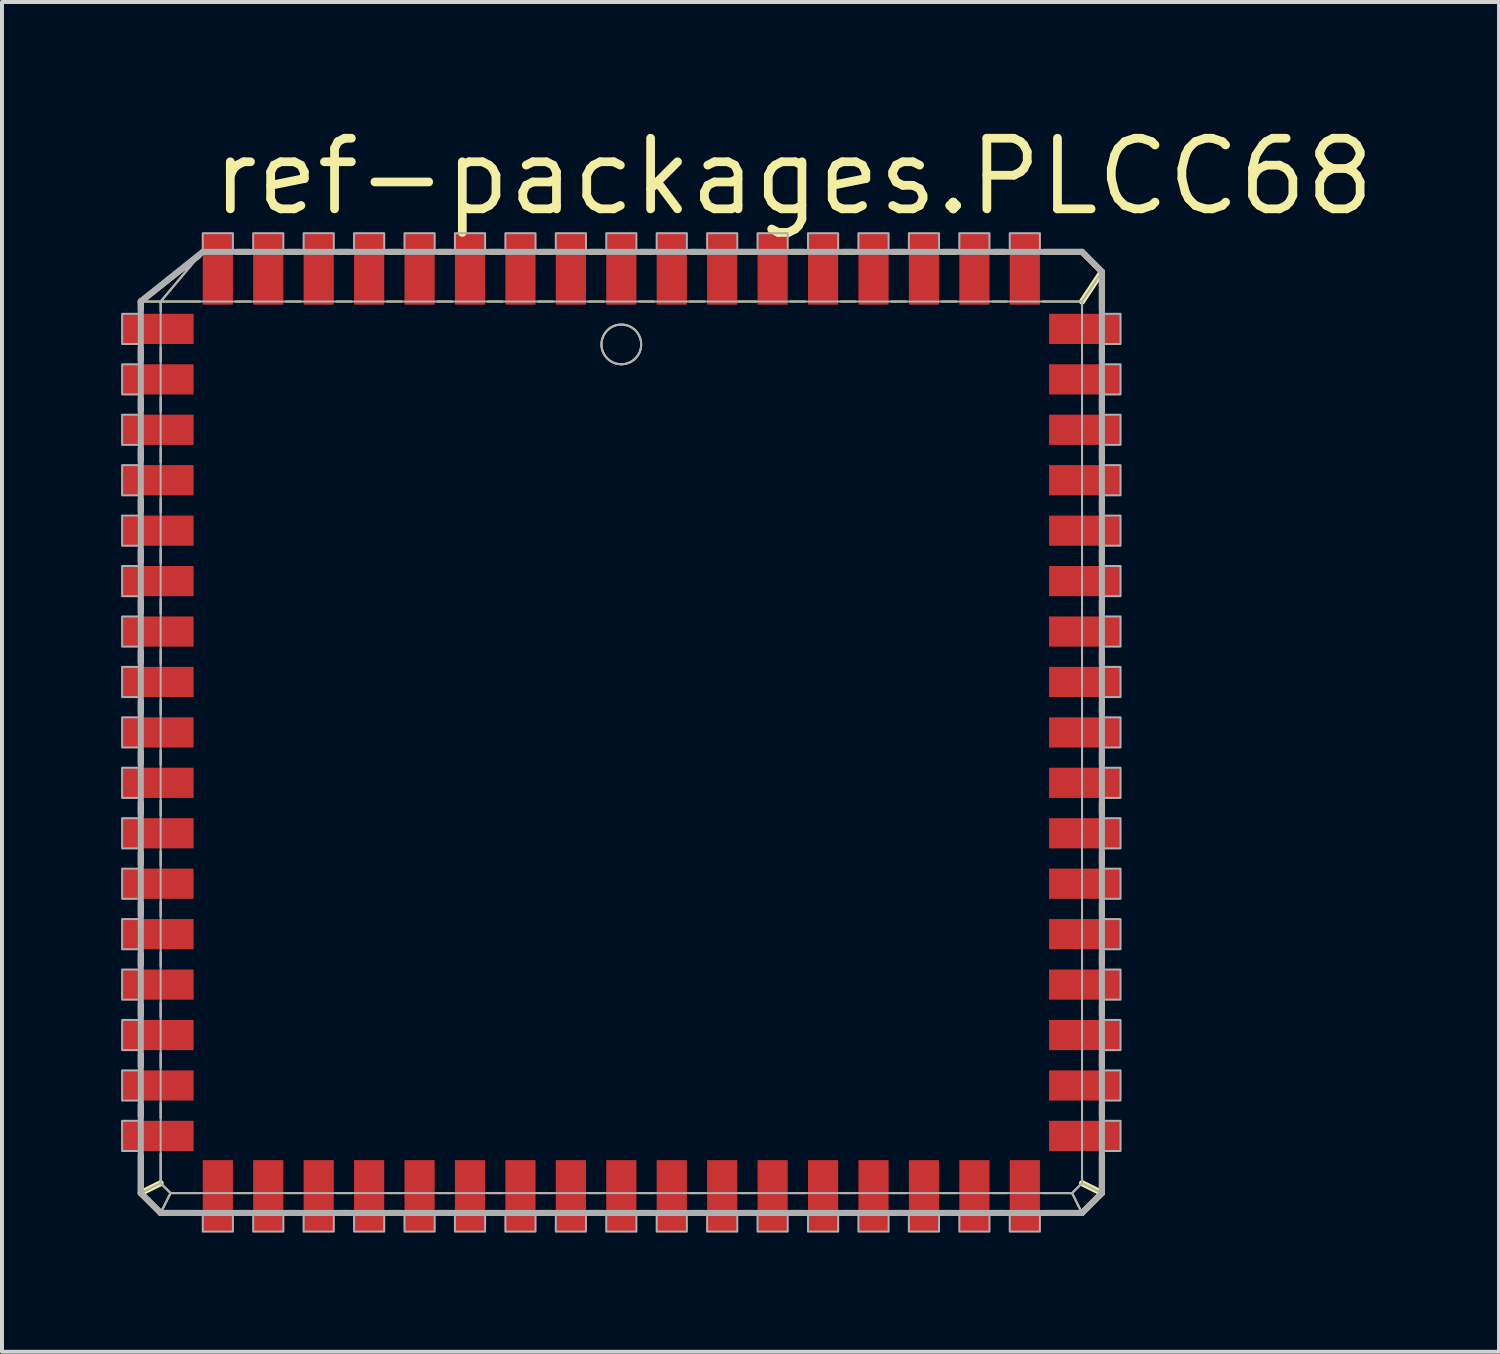
<source format=kicad_pcb>
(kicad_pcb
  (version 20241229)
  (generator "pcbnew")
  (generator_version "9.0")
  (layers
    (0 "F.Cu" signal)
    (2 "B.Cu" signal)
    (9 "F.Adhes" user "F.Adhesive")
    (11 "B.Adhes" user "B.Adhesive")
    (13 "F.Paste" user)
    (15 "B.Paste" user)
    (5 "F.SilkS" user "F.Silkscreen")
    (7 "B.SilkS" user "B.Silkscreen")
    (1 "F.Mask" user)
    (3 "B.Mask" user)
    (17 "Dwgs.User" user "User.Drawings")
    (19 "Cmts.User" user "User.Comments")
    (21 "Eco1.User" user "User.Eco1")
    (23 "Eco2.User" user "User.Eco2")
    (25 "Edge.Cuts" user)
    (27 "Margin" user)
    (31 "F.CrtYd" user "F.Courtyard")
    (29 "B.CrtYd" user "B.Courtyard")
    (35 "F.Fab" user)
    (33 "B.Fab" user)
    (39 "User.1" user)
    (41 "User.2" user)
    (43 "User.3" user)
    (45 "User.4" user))
  (footprint "ref-packages.PLCC68"
    (layer "F.Cu")
    (at 12.595 15.392)
    (property "Reference" "ref-packages.PLCC68" (at -10.414 -12.954 0) (layer "F.SilkS") (effects (font (size 1.778 1.778) (thickness 0.22)) (justify left bottom)))
    (attr smd)
    (fp_line (start -12.1 -10.85) (end -11.6 -10.85) (stroke (width 0.051) (type default)) (layer "F.SilkS"))
    (fp_line (start -12.1 -10.85) (end -10.651 -11.999) (stroke (width 0.152) (type default)) (layer "F.SilkS"))
    (fp_line (start -12.1 -10.651) (end -12.1 -10.85) (stroke (width 0.152) (type default)) (layer "F.SilkS"))
    (fp_line (start -12.1 -9.381) (end -12.1 -9.669) (stroke (width 0.152) (type default)) (layer "F.SilkS"))
    (fp_line (start -12.1 -8.111) (end -12.1 -8.399) (stroke (width 0.152) (type default)) (layer "F.SilkS"))
    (fp_line (start -12.1 -6.841) (end -12.1 -7.129) (stroke (width 0.152) (type default)) (layer "F.SilkS"))
    (fp_line (start -12.1 -5.571) (end -12.1 -5.859) (stroke (width 0.152) (type default)) (layer "F.SilkS"))
    (fp_line (start -12.1 -4.301) (end -12.1 -4.589) (stroke (width 0.152) (type default)) (layer "F.SilkS"))
    (fp_line (start -12.1 -3.031) (end -12.1 -3.319) (stroke (width 0.152) (type default)) (layer "F.SilkS"))
    (fp_line (start -12.1 -1.761) (end -12.1 -2.049) (stroke (width 0.152) (type default)) (layer "F.SilkS"))
    (fp_line (start -12.1 -0.491) (end -12.1 -0.779) (stroke (width 0.152) (type default)) (layer "F.SilkS"))
    (fp_line (start -12.1 0.779) (end -12.1 0.491) (stroke (width 0.152) (type default)) (layer "F.SilkS"))
    (fp_line (start -12.1 2.049) (end -12.1 1.761) (stroke (width 0.152) (type default)) (layer "F.SilkS"))
    (fp_line (start -12.1 3.319) (end -12.1 3.031) (stroke (width 0.152) (type default)) (layer "F.SilkS"))
    (fp_line (start -12.1 4.589) (end -12.1 4.301) (stroke (width 0.152) (type default)) (layer "F.SilkS"))
    (fp_line (start -12.1 5.859) (end -12.1 5.571) (stroke (width 0.152) (type default)) (layer "F.SilkS"))
    (fp_line (start -12.1 7.129) (end -12.1 6.841) (stroke (width 0.152) (type default)) (layer "F.SilkS"))
    (fp_line (start -12.1 8.399) (end -12.1 8.111) (stroke (width 0.152) (type default)) (layer "F.SilkS"))
    (fp_line (start -12.1 9.669) (end -12.1 9.381) (stroke (width 0.152) (type default)) (layer "F.SilkS"))
    (fp_line (start -12.1 11.6) (end -12.1 10.651) (stroke (width 0.152) (type default)) (layer "F.SilkS"))
    (fp_line (start -12.1 11.6) (end -11.6 11.35) (stroke (width 0.152) (type default)) (layer "F.SilkS"))
    (fp_line (start -11.6 -10.85) (end -10.611 -12.029) (stroke (width 0.051) (type default)) (layer "F.SilkS"))
    (fp_line (start -11.6 -10.85) (end -10.611 -10.85) (stroke (width 0.051) (type default)) (layer "F.SilkS"))
    (fp_line (start -11.6 -10.611) (end -11.6 -10.85) (stroke (width 0.051) (type default)) (layer "F.SilkS"))
    (fp_line (start -11.6 -9.341) (end -11.6 -9.709) (stroke (width 0.051) (type default)) (layer "F.SilkS"))
    (fp_line (start -11.6 -8.071) (end -11.6 -8.439) (stroke (width 0.051) (type default)) (layer "F.SilkS"))
    (fp_line (start -11.6 -6.801) (end -11.6 -7.169) (stroke (width 0.051) (type default)) (layer "F.SilkS"))
    (fp_line (start -11.6 -5.531) (end -11.6 -5.899) (stroke (width 0.051) (type default)) (layer "F.SilkS"))
    (fp_line (start -11.6 -4.261) (end -11.6 -4.629) (stroke (width 0.051) (type default)) (layer "F.SilkS"))
    (fp_line (start -11.6 -2.991) (end -11.6 -3.359) (stroke (width 0.051) (type default)) (layer "F.SilkS"))
    (fp_line (start -11.6 -1.721) (end -11.6 -2.089) (stroke (width 0.051) (type default)) (layer "F.SilkS"))
    (fp_line (start -11.6 -0.451) (end -11.6 -0.819) (stroke (width 0.051) (type default)) (layer "F.SilkS"))
    (fp_line (start -11.6 0.819) (end -11.6 0.451) (stroke (width 0.051) (type default)) (layer "F.SilkS"))
    (fp_line (start -11.6 2.089) (end -11.6 1.721) (stroke (width 0.051) (type default)) (layer "F.SilkS"))
    (fp_line (start -11.6 3.359) (end -11.6 2.991) (stroke (width 0.051) (type default)) (layer "F.SilkS"))
    (fp_line (start -11.6 4.629) (end -11.6 4.261) (stroke (width 0.051) (type default)) (layer "F.SilkS"))
    (fp_line (start -11.6 5.899) (end -11.6 5.531) (stroke (width 0.051) (type default)) (layer "F.SilkS"))
    (fp_line (start -11.6 7.169) (end -11.6 6.801) (stroke (width 0.051) (type default)) (layer "F.SilkS"))
    (fp_line (start -11.6 8.439) (end -11.6 8.071) (stroke (width 0.051) (type default)) (layer "F.SilkS"))
    (fp_line (start -11.6 9.709) (end -11.6 9.341) (stroke (width 0.051) (type default)) (layer "F.SilkS"))
    (fp_line (start -11.6 11.35) (end -11.6 10.611) (stroke (width 0.051) (type default)) (layer "F.SilkS"))
    (fp_line (start -11.6 12.1) (end -12.1 11.6) (stroke (width 0.152) (type default)) (layer "F.SilkS"))
    (fp_line (start -11.6 12.1) (end -11.35 11.6) (stroke (width 0.051) (type default)) (layer "F.SilkS"))
    (fp_line (start -11.35 11.6) (end -11.6 11.35) (stroke (width 0.051) (type default)) (layer "F.SilkS"))
    (fp_line (start -10.651 12.1) (end -11.6 12.1) (stroke (width 0.152) (type default)) (layer "F.SilkS"))
    (fp_line (start -10.611 11.6) (end -11.35 11.6) (stroke (width 0.051) (type default)) (layer "F.SilkS"))
    (fp_line (start -9.709 -10.85) (end -9.341 -10.85) (stroke (width 0.051) (type default)) (layer "F.SilkS"))
    (fp_line (start -9.669 -12.1) (end -9.381 -12.1) (stroke (width 0.152) (type default)) (layer "F.SilkS"))
    (fp_line (start -9.381 12.1) (end -9.669 12.1) (stroke (width 0.152) (type default)) (layer "F.SilkS"))
    (fp_line (start -9.341 11.6) (end -9.709 11.6) (stroke (width 0.051) (type default)) (layer "F.SilkS"))
    (fp_line (start -8.439 -10.85) (end -8.071 -10.85) (stroke (width 0.051) (type default)) (layer "F.SilkS"))
    (fp_line (start -8.399 -12.1) (end -8.111 -12.1) (stroke (width 0.152) (type default)) (layer "F.SilkS"))
    (fp_line (start -8.111 12.1) (end -8.399 12.1) (stroke (width 0.152) (type default)) (layer "F.SilkS"))
    (fp_line (start -8.071 11.6) (end -8.439 11.6) (stroke (width 0.051) (type default)) (layer "F.SilkS"))
    (fp_line (start -7.169 -10.85) (end -6.801 -10.85) (stroke (width 0.051) (type default)) (layer "F.SilkS"))
    (fp_line (start -7.129 -12.1) (end -6.841 -12.1) (stroke (width 0.152) (type default)) (layer "F.SilkS"))
    (fp_line (start -6.841 12.1) (end -7.129 12.1) (stroke (width 0.152) (type default)) (layer "F.SilkS"))
    (fp_line (start -6.801 11.6) (end -7.169 11.6) (stroke (width 0.051) (type default)) (layer "F.SilkS"))
    (fp_line (start -5.899 -10.85) (end -5.531 -10.85) (stroke (width 0.051) (type default)) (layer "F.SilkS"))
    (fp_line (start -5.859 -12.1) (end -5.571 -12.1) (stroke (width 0.152) (type default)) (layer "F.SilkS"))
    (fp_line (start -5.571 12.1) (end -5.859 12.1) (stroke (width 0.152) (type default)) (layer "F.SilkS"))
    (fp_line (start -5.531 11.6) (end -5.899 11.6) (stroke (width 0.051) (type default)) (layer "F.SilkS"))
    (fp_line (start -4.629 -10.85) (end -4.261 -10.85) (stroke (width 0.051) (type default)) (layer "F.SilkS"))
    (fp_line (start -4.589 -12.1) (end -4.301 -12.1) (stroke (width 0.152) (type default)) (layer "F.SilkS"))
    (fp_line (start -4.301 12.1) (end -4.589 12.1) (stroke (width 0.152) (type default)) (layer "F.SilkS"))
    (fp_line (start -4.261 11.6) (end -4.629 11.6) (stroke (width 0.051) (type default)) (layer "F.SilkS"))
    (fp_line (start -3.359 -10.85) (end -2.991 -10.85) (stroke (width 0.051) (type default)) (layer "F.SilkS"))
    (fp_line (start -3.319 -12.1) (end -3.031 -12.1) (stroke (width 0.152) (type default)) (layer "F.SilkS"))
    (fp_line (start -3.031 12.1) (end -3.319 12.1) (stroke (width 0.152) (type default)) (layer "F.SilkS"))
    (fp_line (start -2.991 11.6) (end -3.359 11.6) (stroke (width 0.051) (type default)) (layer "F.SilkS"))
    (fp_line (start -2.089 -10.85) (end -1.721 -10.85) (stroke (width 0.051) (type default)) (layer "F.SilkS"))
    (fp_line (start -2.049 -12.1) (end -1.761 -12.1) (stroke (width 0.152) (type default)) (layer "F.SilkS"))
    (fp_line (start -1.761 12.1) (end -2.049 12.1) (stroke (width 0.152) (type default)) (layer "F.SilkS"))
    (fp_line (start -1.721 11.6) (end -2.089 11.6) (stroke (width 0.051) (type default)) (layer "F.SilkS"))
    (fp_line (start -0.819 -10.85) (end -0.451 -10.85) (stroke (width 0.051) (type default)) (layer "F.SilkS"))
    (fp_line (start -0.779 -12.1) (end -0.491 -12.1) (stroke (width 0.152) (type default)) (layer "F.SilkS"))
    (fp_line (start -0.491 12.1) (end -0.779 12.1) (stroke (width 0.152) (type default)) (layer "F.SilkS"))
    (fp_line (start -0.451 11.6) (end -0.819 11.6) (stroke (width 0.051) (type default)) (layer "F.SilkS"))
    (fp_line (start 0.451 -10.85) (end 0.819 -10.85) (stroke (width 0.051) (type default)) (layer "F.SilkS"))
    (fp_line (start 0.491 -12.1) (end 0.779 -12.1) (stroke (width 0.152) (type default)) (layer "F.SilkS"))
    (fp_line (start 0.779 12.1) (end 0.491 12.1) (stroke (width 0.152) (type default)) (layer "F.SilkS"))
    (fp_line (start 0.819 11.6) (end 0.451 11.6) (stroke (width 0.051) (type default)) (layer "F.SilkS"))
    (fp_line (start 1.721 -10.85) (end 2.089 -10.85) (stroke (width 0.051) (type default)) (layer "F.SilkS"))
    (fp_line (start 1.761 -12.1) (end 2.049 -12.1) (stroke (width 0.152) (type default)) (layer "F.SilkS"))
    (fp_line (start 2.049 12.1) (end 1.761 12.1) (stroke (width 0.152) (type default)) (layer "F.SilkS"))
    (fp_line (start 2.089 11.6) (end 1.721 11.6) (stroke (width 0.051) (type default)) (layer "F.SilkS"))
    (fp_line (start 2.94 -10.85) (end 3.41 -10.85) (stroke (width 0.051) (type default)) (layer "F.SilkS"))
    (fp_line (start 2.98 -12.1) (end 3.37 -12.1) (stroke (width 0.152) (type default)) (layer "F.SilkS"))
    (fp_line (start 3.319 12.1) (end 3.031 12.1) (stroke (width 0.152) (type default)) (layer "F.SilkS"))
    (fp_line (start 3.359 11.6) (end 2.991 11.6) (stroke (width 0.051) (type default)) (layer "F.SilkS"))
    (fp_line (start 4.261 -10.85) (end 4.629 -10.85) (stroke (width 0.051) (type default)) (layer "F.SilkS"))
    (fp_line (start 4.301 -12.1) (end 4.589 -12.1) (stroke (width 0.152) (type default)) (layer "F.SilkS"))
    (fp_line (start 4.589 12.1) (end 4.301 12.1) (stroke (width 0.152) (type default)) (layer "F.SilkS"))
    (fp_line (start 4.629 11.6) (end 4.261 11.6) (stroke (width 0.051) (type default)) (layer "F.SilkS"))
    (fp_line (start 5.531 -10.85) (end 5.899 -10.85) (stroke (width 0.051) (type default)) (layer "F.SilkS"))
    (fp_line (start 5.571 -12.1) (end 5.859 -12.1) (stroke (width 0.152) (type default)) (layer "F.SilkS"))
    (fp_line (start 5.859 12.1) (end 5.571 12.1) (stroke (width 0.152) (type default)) (layer "F.SilkS"))
    (fp_line (start 5.899 11.6) (end 5.531 11.6) (stroke (width 0.051) (type default)) (layer "F.SilkS"))
    (fp_line (start 6.801 -10.85) (end 7.169 -10.85) (stroke (width 0.051) (type default)) (layer "F.SilkS"))
    (fp_line (start 6.841 -12.1) (end 7.129 -12.1) (stroke (width 0.152) (type default)) (layer "F.SilkS"))
    (fp_line (start 7.129 12.1) (end 6.841 12.1) (stroke (width 0.152) (type default)) (layer "F.SilkS"))
    (fp_line (start 7.169 11.6) (end 6.801 11.6) (stroke (width 0.051) (type default)) (layer "F.SilkS"))
    (fp_line (start 8.071 -10.85) (end 8.439 -10.85) (stroke (width 0.051) (type default)) (layer "F.SilkS"))
    (fp_line (start 8.111 -12.1) (end 8.399 -12.1) (stroke (width 0.152) (type default)) (layer "F.SilkS"))
    (fp_line (start 8.399 12.1) (end 8.111 12.1) (stroke (width 0.152) (type default)) (layer "F.SilkS"))
    (fp_line (start 8.439 11.6) (end 8.071 11.6) (stroke (width 0.051) (type default)) (layer "F.SilkS"))
    (fp_line (start 9.341 -10.85) (end 9.709 -10.85) (stroke (width 0.051) (type default)) (layer "F.SilkS"))
    (fp_line (start 9.381 -12.1) (end 9.669 -12.1) (stroke (width 0.152) (type default)) (layer "F.SilkS"))
    (fp_line (start 9.669 12.1) (end 9.381 12.1) (stroke (width 0.152) (type default)) (layer "F.SilkS"))
    (fp_line (start 9.709 11.6) (end 9.341 11.6) (stroke (width 0.051) (type default)) (layer "F.SilkS"))
    (fp_line (start 10.611 -10.85) (end 11.6 -10.85) (stroke (width 0.051) (type default)) (layer "F.SilkS"))
    (fp_line (start 10.651 -12.1) (end 11.6 -12.1) (stroke (width 0.152) (type default)) (layer "F.SilkS"))
    (fp_line (start 11.35 11.6) (end 10.611 11.6) (stroke (width 0.051) (type default)) (layer "F.SilkS"))
    (fp_line (start 11.35 11.6) (end 11.6 12.1) (stroke (width 0.051) (type default)) (layer "F.SilkS"))
    (fp_line (start 11.6 -12.1) (end 12.1 -11.6) (stroke (width 0.152) (type default)) (layer "F.SilkS"))
    (fp_line (start 11.6 -10.85) (end 11.6 -10.611) (stroke (width 0.051) (type default)) (layer "F.SilkS"))
    (fp_line (start 11.6 -9.709) (end 11.6 -9.341) (stroke (width 0.051) (type default)) (layer "F.SilkS"))
    (fp_line (start 11.6 -8.439) (end 11.6 -8.071) (stroke (width 0.051) (type default)) (layer "F.SilkS"))
    (fp_line (start 11.6 -7.169) (end 11.6 -6.801) (stroke (width 0.051) (type default)) (layer "F.SilkS"))
    (fp_line (start 11.6 -5.899) (end 11.6 -5.531) (stroke (width 0.051) (type default)) (layer "F.SilkS"))
    (fp_line (start 11.6 -4.629) (end 11.6 -4.261) (stroke (width 0.051) (type default)) (layer "F.SilkS"))
    (fp_line (start 11.6 -3.359) (end 11.6 -2.991) (stroke (width 0.051) (type default)) (layer "F.SilkS"))
    (fp_line (start 11.6 -2.089) (end 11.6 -1.721) (stroke (width 0.051) (type default)) (layer "F.SilkS"))
    (fp_line (start 11.6 -0.819) (end 11.6 -0.451) (stroke (width 0.051) (type default)) (layer "F.SilkS"))
    (fp_line (start 11.6 0.451) (end 11.6 0.819) (stroke (width 0.051) (type default)) (layer "F.SilkS"))
    (fp_line (start 11.6 1.721) (end 11.6 2.089) (stroke (width 0.051) (type default)) (layer "F.SilkS"))
    (fp_line (start 11.6 2.991) (end 11.6 3.359) (stroke (width 0.051) (type default)) (layer "F.SilkS"))
    (fp_line (start 11.6 4.261) (end 11.6 4.629) (stroke (width 0.051) (type default)) (layer "F.SilkS"))
    (fp_line (start 11.6 5.531) (end 11.6 5.899) (stroke (width 0.051) (type default)) (layer "F.SilkS"))
    (fp_line (start 11.6 6.801) (end 11.6 7.169) (stroke (width 0.051) (type default)) (layer "F.SilkS"))
    (fp_line (start 11.6 8.071) (end 11.6 8.439) (stroke (width 0.051) (type default)) (layer "F.SilkS"))
    (fp_line (start 11.6 9.341) (end 11.6 9.709) (stroke (width 0.051) (type default)) (layer "F.SilkS"))
    (fp_line (start 11.6 10.611) (end 11.6 11.35) (stroke (width 0.051) (type default)) (layer "F.SilkS"))
    (fp_line (start 11.6 11.35) (end 11.35 11.6) (stroke (width 0.051) (type default)) (layer "F.SilkS"))
    (fp_line (start 11.6 11.35) (end 12.1 11.6) (stroke (width 0.152) (type default)) (layer "F.SilkS"))
    (fp_line (start 11.6 12.1) (end 10.651 12.1) (stroke (width 0.152) (type default)) (layer "F.SilkS"))
    (fp_line (start 12.1 -11.6) (end 11.6 -10.85) (stroke (width 0.152) (type default)) (layer "F.SilkS"))
    (fp_line (start 12.1 -11.6) (end 12.1 -10.651) (stroke (width 0.152) (type default)) (layer "F.SilkS"))
    (fp_line (start 12.1 -9.669) (end 12.1 -9.381) (stroke (width 0.152) (type default)) (layer "F.SilkS"))
    (fp_line (start 12.1 -8.399) (end 12.1 -8.111) (stroke (width 0.152) (type default)) (layer "F.SilkS"))
    (fp_line (start 12.1 -7.129) (end 12.1 -6.841) (stroke (width 0.152) (type default)) (layer "F.SilkS"))
    (fp_line (start 12.1 -5.859) (end 12.1 -5.571) (stroke (width 0.152) (type default)) (layer "F.SilkS"))
    (fp_line (start 12.1 -4.589) (end 12.1 -4.301) (stroke (width 0.152) (type default)) (layer "F.SilkS"))
    (fp_line (start 12.1 -3.319) (end 12.1 -3.031) (stroke (width 0.152) (type default)) (layer "F.SilkS"))
    (fp_line (start 12.1 -2.049) (end 12.1 -1.761) (stroke (width 0.152) (type default)) (layer "F.SilkS"))
    (fp_line (start 12.1 -0.779) (end 12.1 -0.491) (stroke (width 0.152) (type default)) (layer "F.SilkS"))
    (fp_line (start 12.1 0.491) (end 12.1 0.779) (stroke (width 0.152) (type default)) (layer "F.SilkS"))
    (fp_line (start 12.1 1.761) (end 12.1 2.049) (stroke (width 0.152) (type default)) (layer "F.SilkS"))
    (fp_line (start 12.1 3.031) (end 12.1 3.319) (stroke (width 0.152) (type default)) (layer "F.SilkS"))
    (fp_line (start 12.1 4.301) (end 12.1 4.589) (stroke (width 0.152) (type default)) (layer "F.SilkS"))
    (fp_line (start 12.1 5.571) (end 12.1 5.859) (stroke (width 0.152) (type default)) (layer "F.SilkS"))
    (fp_line (start 12.1 6.841) (end 12.1 7.129) (stroke (width 0.152) (type default)) (layer "F.SilkS"))
    (fp_line (start 12.1 8.111) (end 12.1 8.399) (stroke (width 0.152) (type default)) (layer "F.SilkS"))
    (fp_line (start 12.1 9.381) (end 12.1 9.669) (stroke (width 0.152) (type default)) (layer "F.SilkS"))
    (fp_line (start 12.1 10.651) (end 12.1 11.6) (stroke (width 0.152) (type default)) (layer "F.SilkS"))
    (fp_line (start 12.1 11.6) (end 11.6 12.1) (stroke (width 0.152) (type default)) (layer "F.SilkS"))
    (fp_circle (center 0 -9.77) (end 0.5 -9.77) (stroke (width 0.051) (type default)) (fill no) (layer "F.SilkS"))
    (fp_line (start -12.1 -10.85) (end -11.6 -10.85) (stroke (width 0.051) (type default)) (layer "F.Fab"))
    (fp_line (start -12.1 -10.85) (end -10.54 -12.1) (stroke (width 0.152) (type default)) (layer "F.Fab"))
    (fp_line (start -12.1 11.6) (end -12.1 -10.85) (stroke (width 0.152) (type default)) (layer "F.Fab"))
    (fp_line (start -12.1 11.6) (end -11.6 11.35) (stroke (width 0.051) (type default)) (layer "F.Fab"))
    (fp_line (start -11.6 -10.85) (end -10.54 -12.1) (stroke (width 0.051) (type default)) (layer "F.Fab"))
    (fp_line (start -11.6 -10.85) (end 11.6 -10.85) (stroke (width 0.051) (type default)) (layer "F.Fab"))
    (fp_line (start -11.6 11.35) (end -11.6 -10.85) (stroke (width 0.051) (type default)) (layer "F.Fab"))
    (fp_line (start -11.6 12.1) (end -12.1 11.6) (stroke (width 0.152) (type default)) (layer "F.Fab"))
    (fp_line (start -11.6 12.1) (end -11.35 11.6) (stroke (width 0.051) (type default)) (layer "F.Fab"))
    (fp_line (start -11.35 11.6) (end -11.6 11.35) (stroke (width 0.051) (type default)) (layer "F.Fab"))
    (fp_line (start -10.54 -12.1) (end 11.6 -12.1) (stroke (width 0.152) (type default)) (layer "F.Fab"))
    (fp_line (start 11.35 11.6) (end -11.35 11.6) (stroke (width 0.051) (type default)) (layer "F.Fab"))
    (fp_line (start 11.35 11.6) (end 11.6 12.1) (stroke (width 0.051) (type default)) (layer "F.Fab"))
    (fp_line (start 11.6 -12.1) (end 12.1 -11.6) (stroke (width 0.152) (type default)) (layer "F.Fab"))
    (fp_line (start 11.6 -10.85) (end 11.6 11.35) (stroke (width 0.051) (type default)) (layer "F.Fab"))
    (fp_line (start 11.6 11.35) (end 11.35 11.6) (stroke (width 0.051) (type default)) (layer "F.Fab"))
    (fp_line (start 11.6 11.35) (end 12.1 11.6) (stroke (width 0.051) (type default)) (layer "F.Fab"))
    (fp_line (start 11.6 12.1) (end -11.6 12.1) (stroke (width 0.152) (type default)) (layer "F.Fab"))
    (fp_line (start 12.1 -11.6) (end 11.6 -10.85) (stroke (width 0.051) (type default)) (layer "F.Fab"))
    (fp_line (start 12.1 -11.6) (end 12.1 11.6) (stroke (width 0.152) (type default)) (layer "F.Fab"))
    (fp_line (start 12.1 11.6) (end 11.6 12.1) (stroke (width 0.152) (type default)) (layer "F.Fab"))
    (fp_rect (start -12.57 -9.78) (end -12.1 -10.54) (stroke (width 0.05) (type default)) (fill no) (layer "F.Fab"))
    (fp_rect (start -12.57 -8.51) (end -12.1 -9.27) (stroke (width 0.05) (type default)) (fill no) (layer "F.Fab"))
    (fp_rect (start -12.57 -7.24) (end -12.1 -8) (stroke (width 0.05) (type default)) (fill no) (layer "F.Fab"))
    (fp_rect (start -12.57 -5.97) (end -12.1 -6.73) (stroke (width 0.05) (type default)) (fill no) (layer "F.Fab"))
    (fp_rect (start -12.57 -4.7) (end -12.1 -5.46) (stroke (width 0.05) (type default)) (fill no) (layer "F.Fab"))
    (fp_rect (start -12.57 -3.43) (end -12.1 -4.19) (stroke (width 0.05) (type default)) (fill no) (layer "F.Fab"))
    (fp_rect (start -12.57 -2.16) (end -12.1 -2.92) (stroke (width 0.05) (type default)) (fill no) (layer "F.Fab"))
    (fp_rect (start -12.57 -0.89) (end -12.1 -1.65) (stroke (width 0.05) (type default)) (fill no) (layer "F.Fab"))
    (fp_rect (start -12.57 0.38) (end -12.1 -0.38) (stroke (width 0.05) (type default)) (fill no) (layer "F.Fab"))
    (fp_rect (start -12.57 1.65) (end -12.1 0.89) (stroke (width 0.05) (type default)) (fill no) (layer "F.Fab"))
    (fp_rect (start -12.57 2.92) (end -12.1 2.16) (stroke (width 0.05) (type default)) (fill no) (layer "F.Fab"))
    (fp_rect (start -12.57 4.19) (end -12.1 3.43) (stroke (width 0.05) (type default)) (fill no) (layer "F.Fab"))
    (fp_rect (start -12.57 5.46) (end -12.1 4.7) (stroke (width 0.05) (type default)) (fill no) (layer "F.Fab"))
    (fp_rect (start -12.57 6.73) (end -12.1 5.97) (stroke (width 0.05) (type default)) (fill no) (layer "F.Fab"))
    (fp_rect (start -12.57 8) (end -12.1 7.24) (stroke (width 0.05) (type default)) (fill no) (layer "F.Fab"))
    (fp_rect (start -12.57 9.27) (end -12.1 8.51) (stroke (width 0.05) (type default)) (fill no) (layer "F.Fab"))
    (fp_rect (start -12.57 10.54) (end -12.1 9.78) (stroke (width 0.05) (type default)) (fill no) (layer "F.Fab"))
    (fp_rect (start -10.54 -12.1) (end -9.78 -12.57) (stroke (width 0.05) (type default)) (fill no) (layer "F.Fab"))
    (fp_rect (start -10.54 12.57) (end -9.78 12.1) (stroke (width 0.05) (type default)) (fill no) (layer "F.Fab"))
    (fp_rect (start -9.27 -12.1) (end -8.51 -12.57) (stroke (width 0.05) (type default)) (fill no) (layer "F.Fab"))
    (fp_rect (start -9.27 12.57) (end -8.51 12.1) (stroke (width 0.05) (type default)) (fill no) (layer "F.Fab"))
    (fp_rect (start -8 -12.1) (end -7.24 -12.57) (stroke (width 0.05) (type default)) (fill no) (layer "F.Fab"))
    (fp_rect (start -8 12.57) (end -7.24 12.1) (stroke (width 0.05) (type default)) (fill no) (layer "F.Fab"))
    (fp_rect (start -6.73 -12.1) (end -5.97 -12.57) (stroke (width 0.05) (type default)) (fill no) (layer "F.Fab"))
    (fp_rect (start -6.73 12.57) (end -5.97 12.1) (stroke (width 0.05) (type default)) (fill no) (layer "F.Fab"))
    (fp_rect (start -5.46 -12.1) (end -4.7 -12.57) (stroke (width 0.05) (type default)) (fill no) (layer "F.Fab"))
    (fp_rect (start -5.46 12.57) (end -4.7 12.1) (stroke (width 0.05) (type default)) (fill no) (layer "F.Fab"))
    (fp_rect (start -4.19 -12.1) (end -3.43 -12.57) (stroke (width 0.05) (type default)) (fill no) (layer "F.Fab"))
    (fp_rect (start -4.19 12.57) (end -3.43 12.1) (stroke (width 0.05) (type default)) (fill no) (layer "F.Fab"))
    (fp_rect (start -2.92 -12.1) (end -2.16 -12.57) (stroke (width 0.05) (type default)) (fill no) (layer "F.Fab"))
    (fp_rect (start -2.92 12.57) (end -2.16 12.1) (stroke (width 0.05) (type default)) (fill no) (layer "F.Fab"))
    (fp_rect (start -1.65 -12.1) (end -0.89 -12.57) (stroke (width 0.05) (type default)) (fill no) (layer "F.Fab"))
    (fp_rect (start -1.65 12.57) (end -0.89 12.1) (stroke (width 0.05) (type default)) (fill no) (layer "F.Fab"))
    (fp_rect (start -0.38 -12.1) (end 0.38 -12.57) (stroke (width 0.05) (type default)) (fill no) (layer "F.Fab"))
    (fp_rect (start -0.38 12.57) (end 0.38 12.1) (stroke (width 0.05) (type default)) (fill no) (layer "F.Fab"))
    (fp_rect (start 0.89 -12.1) (end 1.65 -12.57) (stroke (width 0.05) (type default)) (fill no) (layer "F.Fab"))
    (fp_rect (start 0.89 12.57) (end 1.65 12.1) (stroke (width 0.05) (type default)) (fill no) (layer "F.Fab"))
    (fp_rect (start 2.16 -12.1) (end 2.92 -12.57) (stroke (width 0.05) (type default)) (fill no) (layer "F.Fab"))
    (fp_rect (start 2.16 12.57) (end 2.92 12.1) (stroke (width 0.05) (type default)) (fill no) (layer "F.Fab"))
    (fp_rect (start 3.43 -12.1) (end 4.19 -12.57) (stroke (width 0.05) (type default)) (fill no) (layer "F.Fab"))
    (fp_rect (start 3.43 12.57) (end 4.19 12.1) (stroke (width 0.05) (type default)) (fill no) (layer "F.Fab"))
    (fp_rect (start 4.7 -12.1) (end 5.46 -12.57) (stroke (width 0.05) (type default)) (fill no) (layer "F.Fab"))
    (fp_rect (start 4.7 12.57) (end 5.46 12.1) (stroke (width 0.05) (type default)) (fill no) (layer "F.Fab"))
    (fp_rect (start 5.97 -12.1) (end 6.73 -12.57) (stroke (width 0.05) (type default)) (fill no) (layer "F.Fab"))
    (fp_rect (start 5.97 12.57) (end 6.73 12.1) (stroke (width 0.05) (type default)) (fill no) (layer "F.Fab"))
    (fp_rect (start 7.24 -12.1) (end 8 -12.57) (stroke (width 0.05) (type default)) (fill no) (layer "F.Fab"))
    (fp_rect (start 7.24 12.57) (end 8 12.1) (stroke (width 0.05) (type default)) (fill no) (layer "F.Fab"))
    (fp_rect (start 8.51 -12.1) (end 9.27 -12.57) (stroke (width 0.05) (type default)) (fill no) (layer "F.Fab"))
    (fp_rect (start 8.51 12.57) (end 9.27 12.1) (stroke (width 0.05) (type default)) (fill no) (layer "F.Fab"))
    (fp_rect (start 9.78 -12.1) (end 10.54 -12.57) (stroke (width 0.05) (type default)) (fill no) (layer "F.Fab"))
    (fp_rect (start 9.78 12.57) (end 10.54 12.1) (stroke (width 0.05) (type default)) (fill no) (layer "F.Fab"))
    (fp_rect (start 12.1 -9.78) (end 12.57 -10.54) (stroke (width 0.05) (type default)) (fill no) (layer "F.Fab"))
    (fp_rect (start 12.1 -8.51) (end 12.57 -9.27) (stroke (width 0.05) (type default)) (fill no) (layer "F.Fab"))
    (fp_rect (start 12.1 -7.24) (end 12.57 -8) (stroke (width 0.05) (type default)) (fill no) (layer "F.Fab"))
    (fp_rect (start 12.1 -5.97) (end 12.57 -6.73) (stroke (width 0.05) (type default)) (fill no) (layer "F.Fab"))
    (fp_rect (start 12.1 -4.7) (end 12.57 -5.46) (stroke (width 0.05) (type default)) (fill no) (layer "F.Fab"))
    (fp_rect (start 12.1 -3.43) (end 12.57 -4.19) (stroke (width 0.05) (type default)) (fill no) (layer "F.Fab"))
    (fp_rect (start 12.1 -2.16) (end 12.57 -2.92) (stroke (width 0.05) (type default)) (fill no) (layer "F.Fab"))
    (fp_rect (start 12.1 -0.89) (end 12.57 -1.65) (stroke (width 0.05) (type default)) (fill no) (layer "F.Fab"))
    (fp_rect (start 12.1 0.38) (end 12.57 -0.38) (stroke (width 0.05) (type default)) (fill no) (layer "F.Fab"))
    (fp_rect (start 12.1 1.65) (end 12.57 0.89) (stroke (width 0.05) (type default)) (fill no) (layer "F.Fab"))
    (fp_rect (start 12.1 2.92) (end 12.57 2.16) (stroke (width 0.05) (type default)) (fill no) (layer "F.Fab"))
    (fp_rect (start 12.1 4.19) (end 12.57 3.43) (stroke (width 0.05) (type default)) (fill no) (layer "F.Fab"))
    (fp_rect (start 12.1 5.46) (end 12.57 4.7) (stroke (width 0.05) (type default)) (fill no) (layer "F.Fab"))
    (fp_rect (start 12.1 6.73) (end 12.57 5.97) (stroke (width 0.05) (type default)) (fill no) (layer "F.Fab"))
    (fp_rect (start 12.1 8) (end 12.57 7.24) (stroke (width 0.05) (type default)) (fill no) (layer "F.Fab"))
    (fp_rect (start 12.1 9.27) (end 12.57 8.51) (stroke (width 0.05) (type default)) (fill no) (layer "F.Fab"))
    (fp_rect (start 12.1 10.54) (end 12.57 9.78) (stroke (width 0.05) (type default)) (fill no) (layer "F.Fab"))
    (fp_circle (center 0 -9.77) (end 0.5 -9.77) (stroke (width 0.051) (type default)) (fill no) (layer "F.Fab"))
    (pad "1" smd roundrect (at 0 -11.67) (size 0.76 1.8) (layers "F.Cu" "F.Mask" "F.Paste") (roundrect_rratio 0.01))
    (pad "2" smd roundrect (at -1.27 -11.67) (size 0.76 1.8) (layers "F.Cu" "F.Mask" "F.Paste") (roundrect_rratio 0.01))
    (pad "3" smd roundrect (at -2.54 -11.67) (size 0.76 1.8) (layers "F.Cu" "F.Mask" "F.Paste") (roundrect_rratio 0.01))
    (pad "4" smd roundrect (at -3.81 -11.67) (size 0.76 1.8) (layers "F.Cu" "F.Mask" "F.Paste") (roundrect_rratio 0.01))
    (pad "5" smd roundrect (at -5.08 -11.67) (size 0.76 1.8) (layers "F.Cu" "F.Mask" "F.Paste") (roundrect_rratio 0.01))
    (pad "6" smd roundrect (at -6.35 -11.67) (size 0.76 1.8) (layers "F.Cu" "F.Mask" "F.Paste") (roundrect_rratio 0.01))
    (pad "7" smd roundrect (at -7.62 -11.67) (size 0.76 1.8) (layers "F.Cu" "F.Mask" "F.Paste") (roundrect_rratio 0.01))
    (pad "8" smd roundrect (at -8.89 -11.67) (size 0.76 1.8) (layers "F.Cu" "F.Mask" "F.Paste") (roundrect_rratio 0.01))
    (pad "9" smd roundrect (at -10.16 -11.67) (size 0.76 1.8) (layers "F.Cu" "F.Mask" "F.Paste") (roundrect_rratio 0.01))
    (pad "10" smd roundrect (at -11.67 -10.16) (size 1.8 0.76) (layers "F.Cu" "F.Mask" "F.Paste") (roundrect_rratio 0.01))
    (pad "11" smd roundrect (at -11.67 -8.89) (size 1.8 0.76) (layers "F.Cu" "F.Mask" "F.Paste") (roundrect_rratio 0.01))
    (pad "12" smd roundrect (at -11.67 -7.62) (size 1.8 0.76) (layers "F.Cu" "F.Mask" "F.Paste") (roundrect_rratio 0.01))
    (pad "13" smd roundrect (at -11.67 -6.35) (size 1.8 0.76) (layers "F.Cu" "F.Mask" "F.Paste") (roundrect_rratio 0.01))
    (pad "14" smd roundrect (at -11.67 -5.08) (size 1.8 0.76) (layers "F.Cu" "F.Mask" "F.Paste") (roundrect_rratio 0.01))
    (pad "15" smd roundrect (at -11.67 -3.81) (size 1.8 0.76) (layers "F.Cu" "F.Mask" "F.Paste") (roundrect_rratio 0.01))
    (pad "16" smd roundrect (at -11.67 -2.54) (size 1.8 0.76) (layers "F.Cu" "F.Mask" "F.Paste") (roundrect_rratio 0.01))
    (pad "17" smd roundrect (at -11.67 -1.27) (size 1.8 0.76) (layers "F.Cu" "F.Mask" "F.Paste") (roundrect_rratio 0.01))
    (pad "18" smd roundrect (at -11.67 0) (size 1.8 0.76) (layers "F.Cu" "F.Mask" "F.Paste") (roundrect_rratio 0.01))
    (pad "19" smd roundrect (at -11.67 1.27) (size 1.8 0.76) (layers "F.Cu" "F.Mask" "F.Paste") (roundrect_rratio 0.01))
    (pad "20" smd roundrect (at -11.67 2.54) (size 1.8 0.76) (layers "F.Cu" "F.Mask" "F.Paste") (roundrect_rratio 0.01))
    (pad "21" smd roundrect (at -11.67 3.81) (size 1.8 0.76) (layers "F.Cu" "F.Mask" "F.Paste") (roundrect_rratio 0.01))
    (pad "22" smd roundrect (at -11.67 5.08) (size 1.8 0.76) (layers "F.Cu" "F.Mask" "F.Paste") (roundrect_rratio 0.01))
    (pad "23" smd roundrect (at -11.67 6.35) (size 1.8 0.76) (layers "F.Cu" "F.Mask" "F.Paste") (roundrect_rratio 0.01))
    (pad "24" smd roundrect (at -11.67 7.62) (size 1.8 0.76) (layers "F.Cu" "F.Mask" "F.Paste") (roundrect_rratio 0.01))
    (pad "25" smd roundrect (at -11.67 8.89) (size 1.8 0.76) (layers "F.Cu" "F.Mask" "F.Paste") (roundrect_rratio 0.01))
    (pad "26" smd roundrect (at -11.67 10.16) (size 1.8 0.76) (layers "F.Cu" "F.Mask" "F.Paste") (roundrect_rratio 0.01))
    (pad "27" smd roundrect (at -10.16 11.67) (size 0.76 1.8) (layers "F.Cu" "F.Mask" "F.Paste") (roundrect_rratio 0.01))
    (pad "28" smd roundrect (at -8.89 11.67) (size 0.76 1.8) (layers "F.Cu" "F.Mask" "F.Paste") (roundrect_rratio 0.01))
    (pad "29" smd roundrect (at -7.62 11.67) (size 0.76 1.8) (layers "F.Cu" "F.Mask" "F.Paste") (roundrect_rratio 0.01))
    (pad "30" smd roundrect (at -6.35 11.67) (size 0.76 1.8) (layers "F.Cu" "F.Mask" "F.Paste") (roundrect_rratio 0.01))
    (pad "31" smd roundrect (at -5.08 11.67) (size 0.76 1.8) (layers "F.Cu" "F.Mask" "F.Paste") (roundrect_rratio 0.01))
    (pad "32" smd roundrect (at -3.81 11.67) (size 0.76 1.8) (layers "F.Cu" "F.Mask" "F.Paste") (roundrect_rratio 0.01))
    (pad "33" smd roundrect (at -2.54 11.67) (size 0.76 1.8) (layers "F.Cu" "F.Mask" "F.Paste") (roundrect_rratio 0.01))
    (pad "34" smd roundrect (at -1.27 11.67) (size 0.76 1.8) (layers "F.Cu" "F.Mask" "F.Paste") (roundrect_rratio 0.01))
    (pad "35" smd roundrect (at 0 11.67) (size 0.76 1.8) (layers "F.Cu" "F.Mask" "F.Paste") (roundrect_rratio 0.01))
    (pad "36" smd roundrect (at 1.27 11.67) (size 0.76 1.8) (layers "F.Cu" "F.Mask" "F.Paste") (roundrect_rratio 0.01))
    (pad "37" smd roundrect (at 2.54 11.67) (size 0.76 1.8) (layers "F.Cu" "F.Mask" "F.Paste") (roundrect_rratio 0.01))
    (pad "38" smd roundrect (at 3.81 11.67) (size 0.76 1.8) (layers "F.Cu" "F.Mask" "F.Paste") (roundrect_rratio 0.01))
    (pad "39" smd roundrect (at 5.08 11.67) (size 0.76 1.8) (layers "F.Cu" "F.Mask" "F.Paste") (roundrect_rratio 0.01))
    (pad "40" smd roundrect (at 6.35 11.67) (size 0.76 1.8) (layers "F.Cu" "F.Mask" "F.Paste") (roundrect_rratio 0.01))
    (pad "41" smd roundrect (at 7.62 11.67) (size 0.76 1.8) (layers "F.Cu" "F.Mask" "F.Paste") (roundrect_rratio 0.01))
    (pad "42" smd roundrect (at 8.89 11.67) (size 0.76 1.8) (layers "F.Cu" "F.Mask" "F.Paste") (roundrect_rratio 0.01))
    (pad "43" smd roundrect (at 10.16 11.67) (size 0.76 1.8) (layers "F.Cu" "F.Mask" "F.Paste") (roundrect_rratio 0.01))
    (pad "44" smd roundrect (at 11.67 10.16) (size 1.8 0.76) (layers "F.Cu" "F.Mask" "F.Paste") (roundrect_rratio 0.01))
    (pad "45" smd roundrect (at 11.67 8.89) (size 1.8 0.76) (layers "F.Cu" "F.Mask" "F.Paste") (roundrect_rratio 0.01))
    (pad "46" smd roundrect (at 11.67 7.62) (size 1.8 0.76) (layers "F.Cu" "F.Mask" "F.Paste") (roundrect_rratio 0.01))
    (pad "47" smd roundrect (at 11.67 6.35) (size 1.8 0.76) (layers "F.Cu" "F.Mask" "F.Paste") (roundrect_rratio 0.01))
    (pad "48" smd roundrect (at 11.67 5.08) (size 1.8 0.76) (layers "F.Cu" "F.Mask" "F.Paste") (roundrect_rratio 0.01))
    (pad "49" smd roundrect (at 11.67 3.81) (size 1.8 0.76) (layers "F.Cu" "F.Mask" "F.Paste") (roundrect_rratio 0.01))
    (pad "50" smd roundrect (at 11.67 2.54) (size 1.8 0.76) (layers "F.Cu" "F.Mask" "F.Paste") (roundrect_rratio 0.01))
    (pad "51" smd roundrect (at 11.67 1.27) (size 1.8 0.76) (layers "F.Cu" "F.Mask" "F.Paste") (roundrect_rratio 0.01))
    (pad "52" smd roundrect (at 11.67 0) (size 1.8 0.76) (layers "F.Cu" "F.Mask" "F.Paste") (roundrect_rratio 0.01))
    (pad "53" smd roundrect (at 11.67 -1.27) (size 1.8 0.76) (layers "F.Cu" "F.Mask" "F.Paste") (roundrect_rratio 0.01))
    (pad "54" smd roundrect (at 11.67 -2.54) (size 1.8 0.76) (layers "F.Cu" "F.Mask" "F.Paste") (roundrect_rratio 0.01))
    (pad "55" smd roundrect (at 11.67 -3.81) (size 1.8 0.76) (layers "F.Cu" "F.Mask" "F.Paste") (roundrect_rratio 0.01))
    (pad "56" smd roundrect (at 11.67 -5.08) (size 1.8 0.76) (layers "F.Cu" "F.Mask" "F.Paste") (roundrect_rratio 0.01))
    (pad "57" smd roundrect (at 11.67 -6.35) (size 1.8 0.76) (layers "F.Cu" "F.Mask" "F.Paste") (roundrect_rratio 0.01))
    (pad "58" smd roundrect (at 11.67 -7.62) (size 1.8 0.76) (layers "F.Cu" "F.Mask" "F.Paste") (roundrect_rratio 0.01))
    (pad "59" smd roundrect (at 11.67 -8.89) (size 1.8 0.76) (layers "F.Cu" "F.Mask" "F.Paste") (roundrect_rratio 0.01))
    (pad "60" smd roundrect (at 11.67 -10.16) (size 1.8 0.76) (layers "F.Cu" "F.Mask" "F.Paste") (roundrect_rratio 0.01))
    (pad "61" smd roundrect (at 10.16 -11.67) (size 0.76 1.8) (layers "F.Cu" "F.Mask" "F.Paste") (roundrect_rratio 0.01))
    (pad "62" smd roundrect (at 8.89 -11.67) (size 0.76 1.8) (layers "F.Cu" "F.Mask" "F.Paste") (roundrect_rratio 0.01))
    (pad "63" smd roundrect (at 7.62 -11.67) (size 0.76 1.8) (layers "F.Cu" "F.Mask" "F.Paste") (roundrect_rratio 0.01))
    (pad "64" smd roundrect (at 6.35 -11.67) (size 0.76 1.8) (layers "F.Cu" "F.Mask" "F.Paste") (roundrect_rratio 0.01))
    (pad "65" smd roundrect (at 5.08 -11.67) (size 0.76 1.8) (layers "F.Cu" "F.Mask" "F.Paste") (roundrect_rratio 0.01))
    (pad "66" smd roundrect (at 3.81 -11.67) (size 0.76 1.8) (layers "F.Cu" "F.Mask" "F.Paste") (roundrect_rratio 0.01))
    (pad "67" smd roundrect (at 2.54 -11.67) (size 0.76 1.8) (layers "F.Cu" "F.Mask" "F.Paste") (roundrect_rratio 0.01))
    (pad "68" smd roundrect (at 1.27 -11.67) (size 0.76 1.8) (layers "F.Cu" "F.Mask" "F.Paste") (roundrect_rratio 0.01)))
  (gr_rect
    (start -3 -3)
    (end 34.695 30.987)
    (stroke (width 0.1) (type default))
    (fill no)
    (layer "Edge.Cuts")))
</source>
